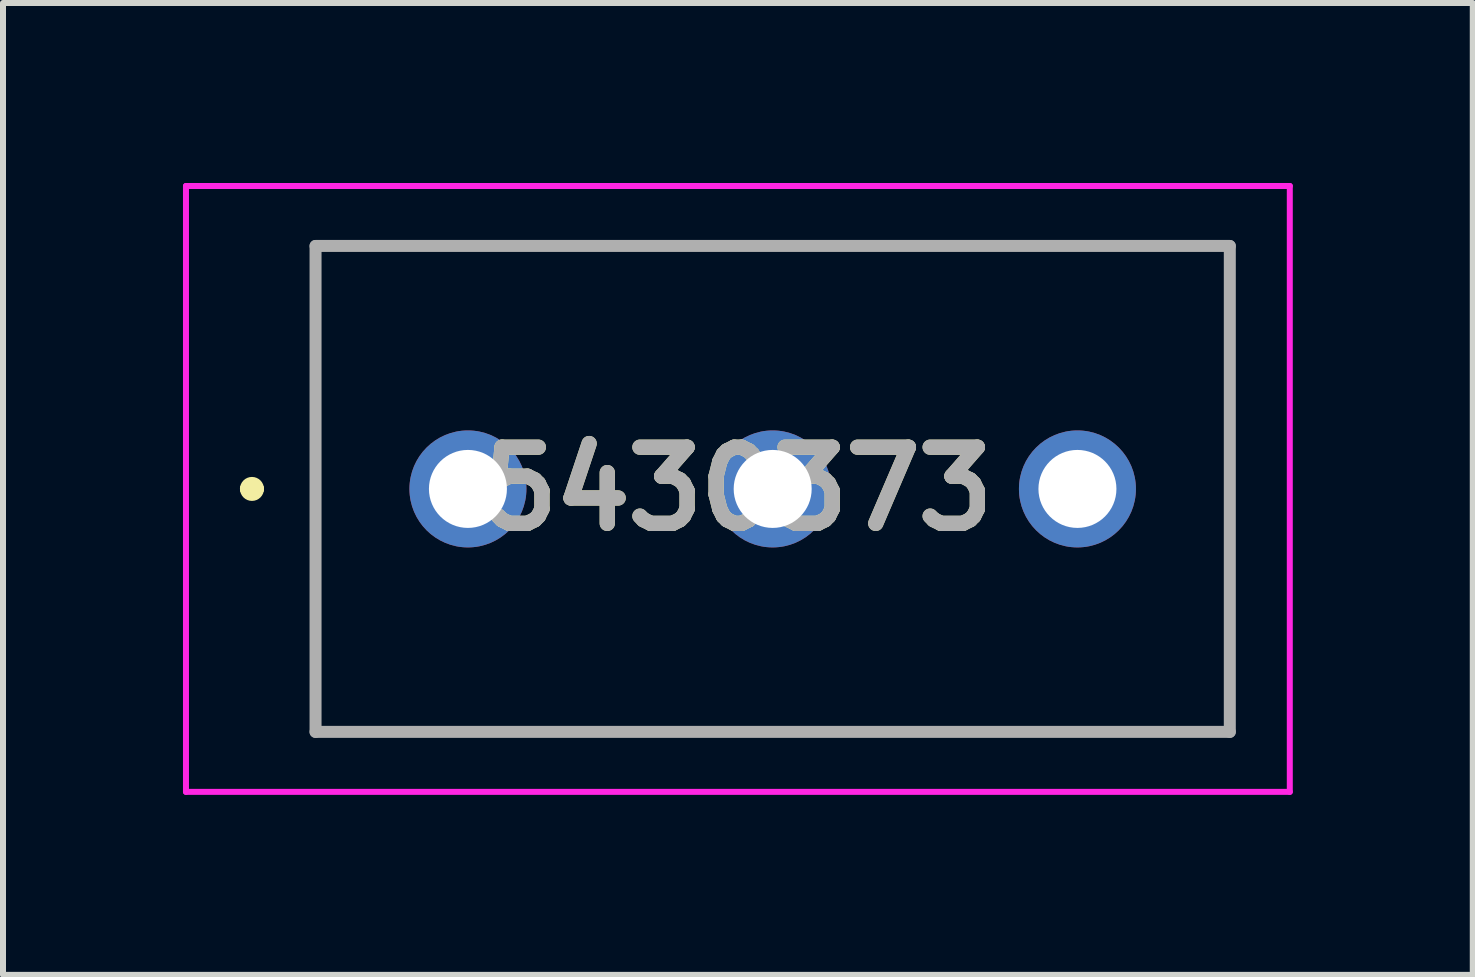
<source format=kicad_pcb>
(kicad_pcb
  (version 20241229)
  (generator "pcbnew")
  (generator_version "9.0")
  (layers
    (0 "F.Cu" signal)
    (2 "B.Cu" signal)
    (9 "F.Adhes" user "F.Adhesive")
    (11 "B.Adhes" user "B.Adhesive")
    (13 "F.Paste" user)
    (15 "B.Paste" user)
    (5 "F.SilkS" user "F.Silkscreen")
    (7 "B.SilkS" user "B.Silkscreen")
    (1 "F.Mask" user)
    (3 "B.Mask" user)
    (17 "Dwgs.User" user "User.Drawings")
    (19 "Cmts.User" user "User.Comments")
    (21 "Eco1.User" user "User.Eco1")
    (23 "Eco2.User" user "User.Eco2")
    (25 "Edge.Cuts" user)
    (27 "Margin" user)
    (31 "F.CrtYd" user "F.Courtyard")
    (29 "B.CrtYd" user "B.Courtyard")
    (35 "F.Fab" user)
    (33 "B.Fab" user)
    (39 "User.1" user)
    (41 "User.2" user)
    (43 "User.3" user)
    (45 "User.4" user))
  (footprint "5430373"
    (layer "F.Cu")
    (at 4.75 5.1)
    (property "Reference" "5430373" (at 4.5 0 0) (layer "F.SilkS") (effects (font (size 1.27 1.27) (thickness 0.254))))
    (attr through_hole)
    (fp_line (start -3.7 0) (end -3.7 0) (stroke (width 0.2) (type solid)) (layer "F.SilkS"))
    (fp_line (start -3.5 0) (end -3.5 0) (stroke (width 0.2) (type solid)) (layer "F.SilkS"))
    (fp_line (start -2.54 -4.05) (end 12.7 -4.05) (stroke (width 0.1) (type solid)) (layer "F.SilkS"))
    (fp_line (start -2.54 4.05) (end -2.54 -4.05) (stroke (width 0.1) (type solid)) (layer "F.SilkS"))
    (fp_line (start 12.7 -4.05) (end 12.7 4.05) (stroke (width 0.1) (type solid)) (layer "F.SilkS"))
    (fp_line (start 12.7 4.05) (end -2.54 4.05) (stroke (width 0.1) (type solid)) (layer "F.SilkS"))
    (fp_arc (start -3.7 0) (mid -3.6 -0.1) (end -3.5 0) (stroke (width 0.2) (type solid)) (layer "F.SilkS"))
    (fp_arc (start -3.5 0) (mid -3.6 0.1) (end -3.7 0) (stroke (width 0.2) (type solid)) (layer "F.SilkS"))
    (fp_line (start -4.7 -5.05) (end 13.7 -5.05) (stroke (width 0.1) (type solid)) (layer "F.CrtYd"))
    (fp_line (start -4.7 5.05) (end -4.7 -5.05) (stroke (width 0.1) (type solid)) (layer "F.CrtYd"))
    (fp_line (start 13.7 -5.05) (end 13.7 5.05) (stroke (width 0.1) (type solid)) (layer "F.CrtYd"))
    (fp_line (start 13.7 5.05) (end -4.7 5.05) (stroke (width 0.1) (type solid)) (layer "F.CrtYd"))
    (fp_line (start -2.54 -4.05) (end 12.7 -4.05) (stroke (width 0.2) (type solid)) (layer "F.Fab"))
    (fp_line (start -2.54 4.05) (end -2.54 -4.05) (stroke (width 0.2) (type solid)) (layer "F.Fab"))
    (fp_line (start 12.7 -4.05) (end 12.7 4.05) (stroke (width 0.2) (type solid)) (layer "F.Fab"))
    (fp_line (start 12.7 4.05) (end -2.54 4.05) (stroke (width 0.2) (type solid)) (layer "F.Fab"))
    (fp_text user "${REFERENCE}" (at 4.5 0 0) (layer "F.Fab") (effects (font (size 1.27 1.27) (thickness 0.254))))
    (pad "1" thru_hole circle (at 0 0) (size 1.95 1.95) (drill 1.3) (layers "*.Cu" "*.Mask"))
    (pad "2" thru_hole circle (at 5.08 0) (size 1.95 1.95) (drill 1.3) (layers "*.Cu" "*.Mask"))
    (pad "3" thru_hole circle (at 10.16 0) (size 1.95 1.95) (drill 1.3) (layers "*.Cu" "*.Mask")))
  (gr_rect
    (start -3 -3)
    (end 21.5 13.2)
    (stroke (width 0.1) (type default))
    (fill no)
    (layer "Edge.Cuts")))
</source>
